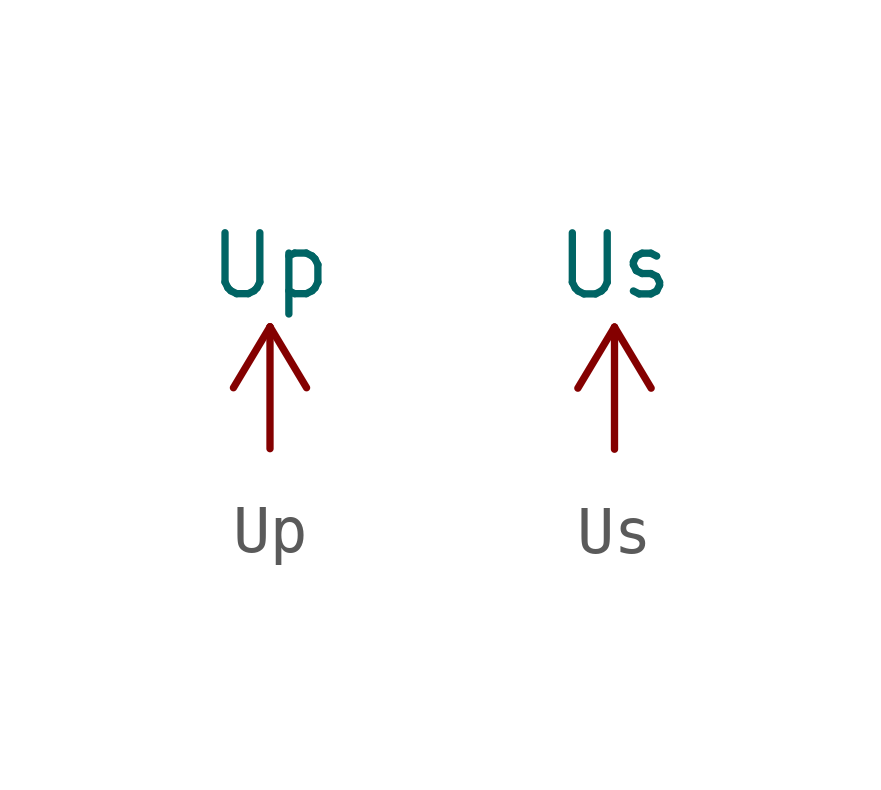
<source format=kicad_sym>
(kicad_symbol_lib
  (version 20210619)
  (generator kicad_symbol_editor)
  (symbol "Up"
    (power)
    (pin_names
      (offset 0))
    (property "Reference" "#PWR"
      (at 0 -3.81 0)
      (effects (font (size 1.27 1.27)) hide))
    (property "Value" "Up"
      (at 0 3.81 0)
      (effects (font (size 1.27 1.27))))
    (symbol "Up_0_1"
      (polyline (pts (xy -0.762 1.27) (xy 0 2.54)) (stroke (width 0)) (fill (type none)))
      (polyline (pts (xy 0 0) (xy 0 2.54)) (stroke (width 0)) (fill (type none)))
      (polyline (pts (xy 0 2.54) (xy 0.762 1.27)) (stroke (width 0)) (fill (type none))))
    (symbol "Up_1_1"
      (pin power_in line (at 0 0 90) (length 0) hide (name "Up" (effects (font (size 1.27 1.27)))) (number "1" (effects (font (size 1.27 1.27)))))))
  (symbol "Us"
    (power)
    (pin_names
      (offset 0))
    (property "Reference" "#PWR"
      (at 0 -3.81 0)
      (effects (font (size 1.27 1.27)) hide))
    (property "Value" "Us"
      (at 0 3.81 0)
      (effects (font (size 1.27 1.27))))
    (symbol "Us_0_1"
      (polyline (pts (xy -0.762 1.27) (xy 0 2.54)) (stroke (width 0)) (fill (type none)))
      (polyline (pts (xy 0 0) (xy 0 2.54)) (stroke (width 0)) (fill (type none)))
      (polyline (pts (xy 0 2.54) (xy 0.762 1.27)) (stroke (width 0)) (fill (type none))))
    (symbol "Us_1_1"
      (pin power_in line (at 0 0 90) (length 0) hide (name "Us" (effects (font (size 1.27 1.27)))) (number "1" (effects (font (size 1.27 1.27))))))))
</source>
